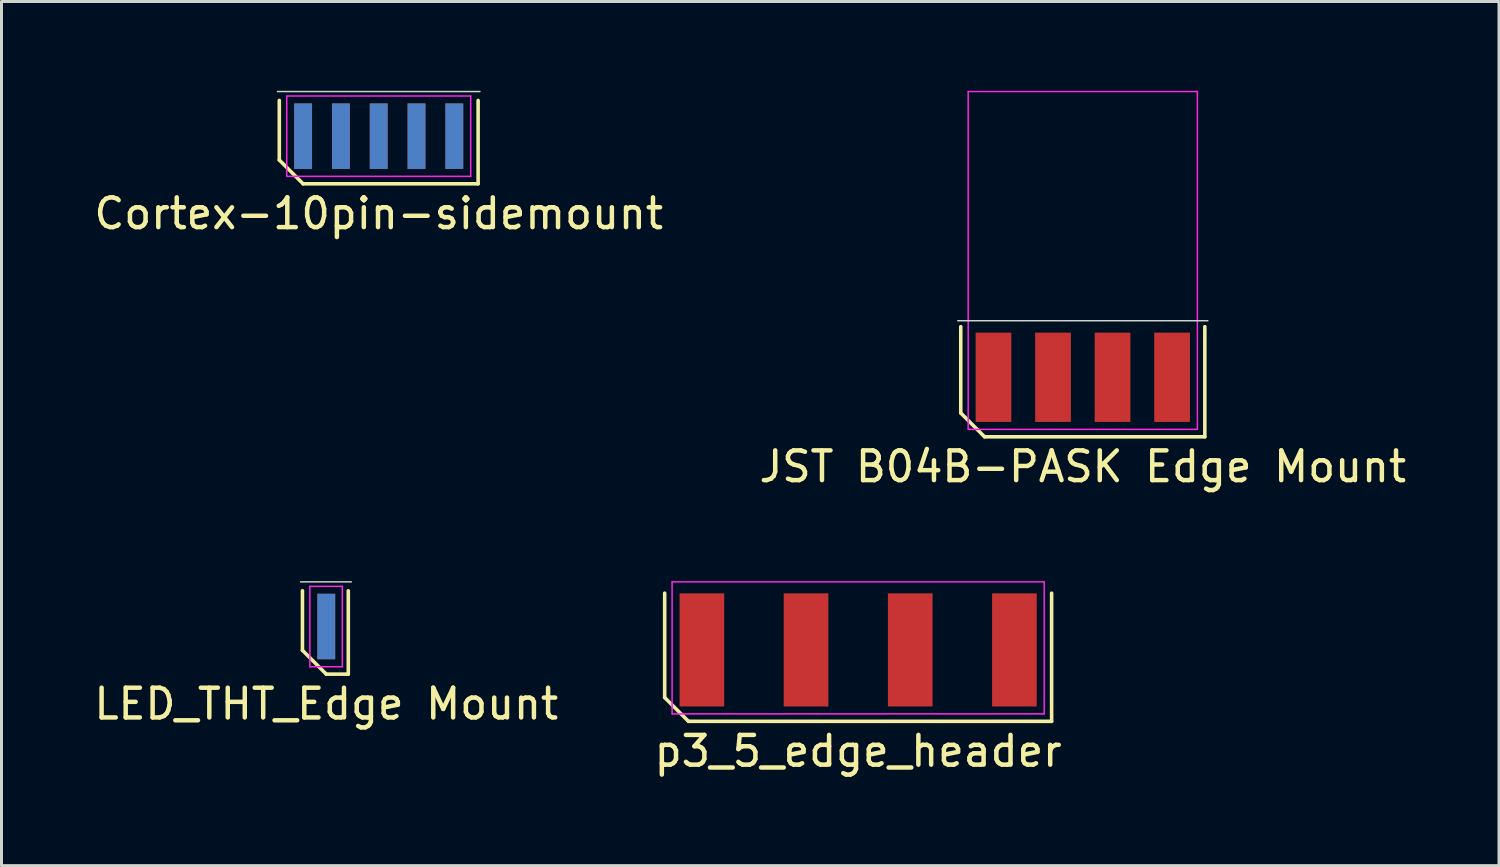
<source format=kicad_pcb>
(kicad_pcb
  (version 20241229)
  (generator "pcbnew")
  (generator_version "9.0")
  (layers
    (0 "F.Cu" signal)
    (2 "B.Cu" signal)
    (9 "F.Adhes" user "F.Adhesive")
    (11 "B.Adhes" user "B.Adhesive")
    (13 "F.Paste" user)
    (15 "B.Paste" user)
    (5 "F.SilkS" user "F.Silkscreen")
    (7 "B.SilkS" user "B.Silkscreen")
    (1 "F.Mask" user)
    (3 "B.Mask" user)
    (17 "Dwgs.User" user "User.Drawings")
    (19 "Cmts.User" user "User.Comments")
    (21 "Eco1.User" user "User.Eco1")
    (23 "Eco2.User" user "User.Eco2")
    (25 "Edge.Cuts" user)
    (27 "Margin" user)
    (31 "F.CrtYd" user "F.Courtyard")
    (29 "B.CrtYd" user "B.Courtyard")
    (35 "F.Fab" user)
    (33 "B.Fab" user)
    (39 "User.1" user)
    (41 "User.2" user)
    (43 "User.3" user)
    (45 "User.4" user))
  (footprint "LED_THT_Edge Mount"
    (layer "F.Cu")
    (at 7.911 17.998)
    (property "Reference" "LED_THT_Edge Mount" (at 0 2.6 0) (layer "F.SilkS") (effects (font (size 1 1) (thickness 0.15))))
    (attr smd)
    (fp_line (start -0.8 0.8) (end -0.8 -1.2) (stroke (width 0.12) (type default)) (layer "F.SilkS"))
    (fp_line (start 0 1.6) (end -0.8 0.8) (stroke (width 0.12) (type default)) (layer "F.SilkS"))
    (fp_line (start 0.74 -1.2) (end 0.74 1.6) (stroke (width 0.12) (type default)) (layer "F.SilkS"))
    (fp_line (start 0.74 1.6) (end 0 1.6) (stroke (width 0.12) (type default)) (layer "F.SilkS"))
    (fp_line (start -0.86 -1.5) (end 0.84 -1.5) (stroke (width 0.05) (type default)) (layer "Edge.Cuts"))
    (fp_line (start -0.55 -1.35) (end 0.54 -1.35) (stroke (width 0.05) (type default)) (layer "F.CrtYd"))
    (fp_line (start -0.55 1.35) (end -0.55 -1.35) (stroke (width 0.05) (type default)) (layer "F.CrtYd"))
    (fp_line (start 0.54 -1.35) (end 0.54 1.35) (stroke (width 0.05) (type default)) (layer "F.CrtYd"))
    (fp_line (start 0.54 1.35) (end -0.55 1.35) (stroke (width 0.05) (type default)) (layer "F.CrtYd"))
    (pad "1" smd rect (at 0 0) (size 0.6 2.2) (layers "F.Cu" "F.Mask" "F.Paste"))
    (pad "2" smd rect (at 0 0) (size 0.6 2.2) (layers "B.Cu" "B.Mask" "B.Paste")))
  (footprint "p3_5_edge_header"
    (layer "F.Cu")
    (at 25.78 18.784)
    (property "Reference" "p3_5_edge_header" (at 0 3.4 0) (layer "F.SilkS") (effects (font (size 1 1) (thickness 0.15))))
    (attr smd)
    (fp_line (start -6.5 1.6) (end -6.5 -1.905) (stroke (width 0.12) (type default)) (layer "F.SilkS"))
    (fp_line (start -5.7 2.4) (end -6.5 1.6) (stroke (width 0.12) (type default)) (layer "F.SilkS"))
    (fp_line (start 6.5 -1.905) (end 6.5 2.4) (stroke (width 0.12) (type default)) (layer "F.SilkS"))
    (fp_line (start 6.5 2.4) (end -5.7 2.4) (stroke (width 0.12) (type default)) (layer "F.SilkS"))
    (fp_line (start -6.25 -2.286) (end 6.25 -2.286) (stroke (width 0.05) (type default)) (layer "F.CrtYd"))
    (fp_line (start -6.25 2.15) (end -6.25 -2.286) (stroke (width 0.05) (type default)) (layer "F.CrtYd"))
    (fp_line (start 6.25 -2.286) (end 6.25 2.15) (stroke (width 0.05) (type default)) (layer "F.CrtYd"))
    (fp_line (start 6.25 2.15) (end -6.25 2.15) (stroke (width 0.05) (type default)) (layer "F.CrtYd"))
    (pad "1" smd rect (at -5.25 0) (size 1.5 3.8) (layers "F.Cu" "F.Mask" "F.Paste"))
    (pad "2" smd rect (at -1.75 0) (size 1.5 3.8) (layers "F.Cu" "F.Mask" "F.Paste"))
    (pad "3" smd rect (at 1.75 0) (size 1.5 3.8) (layers "F.Cu" "F.Mask" "F.Paste"))
    (pad "4" smd rect (at 5.25 0) (size 1.5 3.8) (layers "F.Cu" "F.Mask" "F.Paste")))
  (footprint "Cortex-10pin-sidemount"
    (layer "F.Cu")
    (at 9.673 1.525)
    (property "Reference" "Cortex-10pin-sidemount" (at 0 2.6 0) (layer "F.SilkS") (effects (font (size 1 1) (thickness 0.15))))
    (attr smd)
    (fp_line (start -3.34 0.8) (end -3.34 -1.2) (stroke (width 0.12) (type default)) (layer "F.SilkS"))
    (fp_line (start -2.54 1.6) (end -3.34 0.8) (stroke (width 0.12) (type default)) (layer "F.SilkS"))
    (fp_line (start 3.34 -1.2) (end 3.34 1.6) (stroke (width 0.12) (type default)) (layer "F.SilkS"))
    (fp_line (start 3.34 1.6) (end -2.54 1.6) (stroke (width 0.12) (type default)) (layer "F.SilkS"))
    (fp_line (start -3.4 -1.5) (end 3.4 -1.5) (stroke (width 0.05) (type default)) (layer "Edge.Cuts"))
    (fp_line (start -3.09 -1.35) (end 3.09 -1.35) (stroke (width 0.05) (type default)) (layer "F.CrtYd"))
    (fp_line (start -3.09 1.35) (end -3.09 -1.35) (stroke (width 0.05) (type default)) (layer "F.CrtYd"))
    (fp_line (start 3.09 -1.35) (end 3.09 1.35) (stroke (width 0.05) (type default)) (layer "F.CrtYd"))
    (fp_line (start 3.09 1.35) (end -3.09 1.35) (stroke (width 0.05) (type default)) (layer "F.CrtYd"))
    (pad "1" smd rect (at -2.54 0) (size 0.6 2.2) (layers "F.Cu" "F.Mask" "F.Paste"))
    (pad "2" smd rect (at -2.54 0) (size 0.6 2.2) (layers "B.Cu" "B.Mask" "B.Paste"))
    (pad "3" smd rect (at -1.27 0) (size 0.6 2.2) (layers "F.Cu" "F.Mask" "F.Paste"))
    (pad "4" smd rect (at -1.27 0) (size 0.6 2.2) (layers "B.Cu" "B.Mask" "B.Paste"))
    (pad "5" smd rect (at 0 0) (size 0.6 2.2) (layers "F.Cu" "F.Mask" "F.Paste"))
    (pad "6" smd rect (at 0 0) (size 0.6 2.2) (layers "B.Cu" "B.Mask" "B.Paste"))
    (pad "7" smd rect (at 1.27 0) (size 0.6 2.2) (layers "F.Cu" "F.Mask" "F.Paste"))
    (pad "8" smd rect (at 1.27 0) (size 0.6 2.2) (layers "B.Cu" "B.Mask" "B.Paste"))
    (pad "9" smd rect (at 2.54 0) (size 0.6 2.2) (layers "F.Cu" "F.Mask" "F.Paste"))
    (pad "10" smd rect (at 2.54 0) (size 0.6 2.2) (layers "B.Cu" "B.Mask" "B.Paste")))
  (footprint "JST B04B-PASK Edge Mount"
    (layer "F.Cu")
    (at 33.327 9.625)
    (property "Reference" "JST B04B-PASK Edge Mount" (at 0 3 0) (layer "F.SilkS") (effects (font (size 1 1) (thickness 0.15))))
    (attr smd)
    (fp_line (start -4.1 1.2) (end -4.1 -1.7) (stroke (width 0.12) (type default)) (layer "F.SilkS"))
    (fp_line (start -3.3 2) (end -4.1 1.2) (stroke (width 0.12) (type default)) (layer "F.SilkS"))
    (fp_line (start 4.1 -1.7) (end 4.1 2) (stroke (width 0.12) (type default)) (layer "F.SilkS"))
    (fp_line (start 4.1 2) (end -3.3 2) (stroke (width 0.12) (type default)) (layer "F.SilkS"))
    (fp_line (start -4.2 -1.9) (end 4.2 -1.9) (stroke (width 0.05) (type default)) (layer "Edge.Cuts"))
    (fp_line (start -3.85 -9.6) (end 3.85 -9.6) (stroke (width 0.05) (type default)) (layer "F.CrtYd"))
    (fp_line (start -3.85 1.75) (end -3.85 -9.6) (stroke (width 0.05) (type default)) (layer "F.CrtYd"))
    (fp_line (start 3.85 -9.6) (end 3.85 1.75) (stroke (width 0.05) (type default)) (layer "F.CrtYd"))
    (fp_line (start 3.85 1.75) (end -3.85 1.75) (stroke (width 0.05) (type default)) (layer "F.CrtYd"))
    (pad "1" smd rect (at -3 0) (size 1.2 3) (layers "F.Cu" "F.Mask" "F.Paste"))
    (pad "2" smd rect (at -1 0) (size 1.2 3) (layers "F.Cu" "F.Mask" "F.Paste"))
    (pad "3" smd rect (at 1 0) (size 1.2 3) (layers "F.Cu" "F.Mask" "F.Paste"))
    (pad "4" smd rect (at 3 0) (size 1.2 3) (layers "F.Cu" "F.Mask" "F.Paste")))
  (gr_rect
    (start -3 -3)
    (end 47.31 26.032)
    (stroke (width 0.1) (type default))
    (fill no)
    (layer "Edge.Cuts")))
</source>
